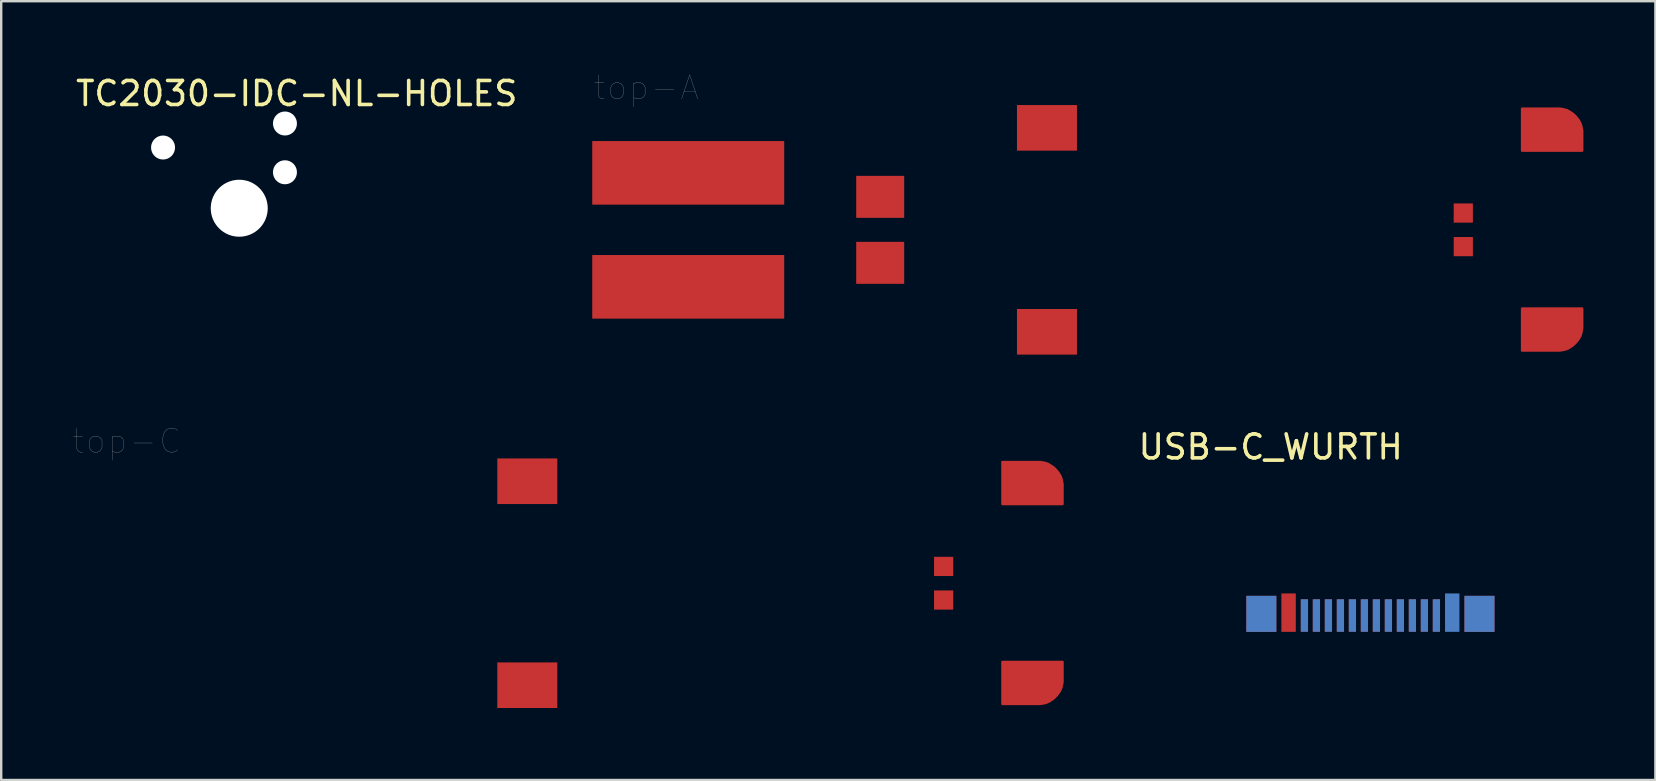
<source format=kicad_pcb>
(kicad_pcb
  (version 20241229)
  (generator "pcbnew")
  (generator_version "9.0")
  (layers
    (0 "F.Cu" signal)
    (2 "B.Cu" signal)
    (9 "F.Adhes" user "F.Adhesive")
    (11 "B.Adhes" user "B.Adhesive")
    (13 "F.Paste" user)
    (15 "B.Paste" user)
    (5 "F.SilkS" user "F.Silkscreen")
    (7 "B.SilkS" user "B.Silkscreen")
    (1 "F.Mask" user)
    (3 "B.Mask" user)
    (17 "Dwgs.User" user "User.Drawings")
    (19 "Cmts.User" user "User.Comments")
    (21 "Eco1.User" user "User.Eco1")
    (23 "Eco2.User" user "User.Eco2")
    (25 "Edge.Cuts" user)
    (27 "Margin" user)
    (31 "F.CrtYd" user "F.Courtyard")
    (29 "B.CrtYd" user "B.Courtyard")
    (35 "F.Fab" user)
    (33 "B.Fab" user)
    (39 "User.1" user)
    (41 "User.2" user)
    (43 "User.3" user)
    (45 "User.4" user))
  (footprint "TC2030-IDC-NL-HOLES"
    (layer "F.Cu")
    (at 5.015 3.748)
    (property "Reference" "TC2030-IDC-NL-HOLES" (at 4.3 -2.9 0) (layer "F.SilkS") (effects (font (size 1 1) (thickness 0.15))))
    (attr through_hole)
    (pad "" np_thru_hole circle (at -1.27 -0.65) (size 1 1) (drill 1) (layers "*.Cu" "*.Mask"))
    (pad "" np_thru_hole circle (at 1.905 1.88) (size 2.375 2.375) (drill 2.375) (layers "*.Cu" "*.Mask"))
    (pad "" np_thru_hole circle (at 3.81 -1.651) (size 1 1) (drill 1) (layers "*.Cu" "*.Mask"))
    (pad "" np_thru_hole circle (at 3.81 0.381) (size 1 1) (drill 1) (layers "*.Cu" "*.Mask")))
  (footprint "top-A"
    (layer "F.Cu")
    (at 30.931 6.653)
    (property "Reference" "top-A" (at -7.05 -6.05 0) (layer "F.Fab") (effects (font (size 1 1) (thickness 0.01))))
    (attr through_hole)
    (fp_poly (pts (xy 31.055 -5.17) (xy 31.125 -5.16) (xy 31.155 -5.155) (xy 31.235 -5.135) (xy 31.29 -5.12) (xy 31.32 -5.11) (xy 31.36 -5.09) (xy 31.415 -5.06) (xy 31.555 -4.97) (xy 31.625 -4.91) (xy 31.715 -4.815) (xy 31.77 -4.745) (xy 31.81 -4.69) (xy 31.855 -4.615) (xy 31.885 -4.55) (xy 31.915 -4.46) (xy 31.935 -4.36) (xy 31.955 -4.255) (xy 31.955 -3.425) (xy 29.45 -3.425) (xy 29.45 -5.175) (xy 31.005 -5.175)) (stroke (width 0.1) (type solid)) (fill yes) (layer "F.Cu"))
    (fp_poly (pts (xy 31.055 4.9) (xy 31.125 4.89) (xy 31.155 4.885) (xy 31.235 4.865) (xy 31.29 4.85) (xy 31.32 4.84) (xy 31.36 4.82) (xy 31.415 4.79) (xy 31.555 4.7) (xy 31.625 4.64) (xy 31.715 4.545) (xy 31.77 4.475) (xy 31.81 4.42) (xy 31.855 4.345) (xy 31.885 4.28) (xy 31.915 4.19) (xy 31.935 4.09) (xy 31.955 3.985) (xy 31.955 3.155) (xy 29.45 3.155) (xy 29.45 4.905) (xy 31.005 4.905)) (stroke (width 0.1) (type solid)) (fill yes) (layer "F.Cu"))
    (fp_poly (pts (xy 31.055 -5.17) (xy 31.125 -5.16) (xy 31.155 -5.155) (xy 31.235 -5.135) (xy 31.29 -5.12) (xy 31.32 -5.11) (xy 31.36 -5.09) (xy 31.415 -5.06) (xy 31.555 -4.97) (xy 31.625 -4.91) (xy 31.715 -4.815) (xy 31.77 -4.745) (xy 31.81 -4.69) (xy 31.855 -4.615) (xy 31.885 -4.55) (xy 31.915 -4.46) (xy 31.935 -4.36) (xy 31.955 -4.255) (xy 31.955 -3.425) (xy 29.45 -3.425) (xy 29.45 -5.175) (xy 31.005 -5.175)) (stroke (width 0.1) (type solid)) (fill yes) (layer "F.Mask"))
    (fp_poly (pts (xy 31.055 4.9) (xy 31.125 4.89) (xy 31.155 4.885) (xy 31.235 4.865) (xy 31.29 4.85) (xy 31.32 4.84) (xy 31.36 4.82) (xy 31.415 4.79) (xy 31.555 4.7) (xy 31.625 4.64) (xy 31.715 4.545) (xy 31.77 4.475) (xy 31.81 4.42) (xy 31.855 4.345) (xy 31.885 4.28) (xy 31.915 4.19) (xy 31.935 4.09) (xy 31.955 3.985) (xy 31.955 3.155) (xy 29.45 3.155) (xy 29.45 4.905) (xy 31.005 4.905)) (stroke (width 0.1) (type solid)) (fill yes) (layer "F.Mask"))
    (pad "1" smd rect (at -5.3 -2.5) (size 8 2.65) (layers "F.Cu" "F.Mask" "F.Paste"))
    (pad "2" smd rect (at -5.3 2.25) (size 8 2.65) (layers "F.Cu" "F.Mask" "F.Paste"))
    (pad "3" smd rect (at 2.7 -1.5) (size 2 1.75) (layers "F.Cu" "F.Mask" "F.Paste"))
    (pad "4" smd rect (at 2.7 1.25) (size 2 1.75) (layers "F.Cu" "F.Mask" "F.Paste"))
    (pad "5" smd rect (at 9.65 -4.375) (size 2.5 1.9) (layers "F.Cu" "F.Mask" "F.Paste"))
    (pad "6" smd rect (at 9.65 4.125) (size 2.5 1.9) (layers "F.Cu" "F.Mask" "F.Paste"))
    (pad "7" smd rect (at 27 -0.825) (size 0.8 0.8) (layers "F.Cu" "F.Mask" "F.Paste"))
    (pad "8" smd rect (at 27 0.575) (size 0.8 0.8) (layers "F.Cu" "F.Mask" "F.Paste"))
    (pad "9" smd custom (at 30.5 -4.3) (size 1 1) (layers "F.Cu" "F.Mask" "F.Paste") (options (anchor rect)) (primitives))
    (pad "9" smd rect (at 30.5 4.045) (size 1 1) (layers "F.Cu" "F.Mask" "F.Paste"))
    (pad "9" smd custom (at 31 3.895) (size 1 0.7) (layers "F.Cu" "F.Mask" "F.Paste") (options (anchor rect)) (primitives))
    (pad "9" smd custom (at 31.1 -4.15) (size 1 0.7) (layers "F.Cu" "F.Mask" "F.Paste") (options (anchor rect)) (primitives)))
  (footprint "USB-C_WURTH"
    (layer "F.Cu")
    (at 54.005 23.426)
    (property "Reference" "USB-C_WURTH" (at -4.1 -7.85 0) (layer "F.SilkS") (effects (font (size 1 1) (thickness 0.15))))
    (attr through_hole)
    (fp_line (start -4.195 -0.144) (end 4.305 -0.144) (stroke (width 0.1) (type solid)) (layer "Eco2.User"))
    (fp_line (start -4.195 0.036) (end 4.305 0.036) (stroke (width 0.1) (type solid)) (layer "Eco2.User"))
    (fp_line (start 0.055 -3) (end 0.055 2.7) (stroke (width 0.1) (type solid)) (layer "Eco2.User"))
    (fp_line (start 0.055 0.036) (end 0.055 -3.53) (stroke (width 0.1) (type solid)) (layer "Eco2.User"))
    (pad "A1" smd rect (at 2.805 -0.825) (size 0.3 1.35) (layers "F.Cu" "F.Mask" "F.Paste"))
    (pad "A2" smd rect (at 2.305 -0.825) (size 0.3 1.35) (layers "F.Cu" "F.Mask" "F.Paste"))
    (pad "A3" smd rect (at 1.805 -0.825) (size 0.3 1.35) (layers "F.Cu" "F.Mask" "F.Paste"))
    (pad "A4" smd rect (at 1.305 -0.825) (size 0.3 1.35) (layers "F.Cu" "F.Mask" "F.Paste"))
    (pad "A5" smd rect (at 0.805 -0.825) (size 0.3 1.35) (layers "F.Cu" "F.Mask" "F.Paste"))
    (pad "A6" smd rect (at 0.305 -0.825) (size 0.3 1.35) (layers "F.Cu" "F.Mask" "F.Paste"))
    (pad "A7" smd rect (at -0.195 -0.825) (size 0.3 1.35) (layers "F.Cu" "F.Mask" "F.Paste"))
    (pad "A8" smd rect (at -0.695 -0.825) (size 0.3 1.35) (layers "F.Cu" "F.Mask" "F.Paste"))
    (pad "A9" smd rect (at -1.195 -0.825) (size 0.3 1.35) (layers "F.Cu" "F.Mask" "F.Paste"))
    (pad "A10" smd rect (at -1.695 -0.825) (size 0.3 1.35) (layers "F.Cu" "F.Mask" "F.Paste"))
    (pad "A11" smd rect (at -2.195 -0.825) (size 0.3 1.35) (layers "F.Cu" "F.Mask" "F.Paste"))
    (pad "A12" smd rect (at -2.695 -0.825) (size 0.3 1.35) (layers "F.Cu" "F.Mask" "F.Paste"))
    (pad "B1" smd rect (at -2.695 -0.825 180) (size 0.3 1.35) (layers "B.Cu" "B.Mask" "B.Paste"))
    (pad "B2" smd rect (at -2.195 -0.825 180) (size 0.3 1.35) (layers "B.Cu" "B.Mask" "B.Paste"))
    (pad "B3" smd rect (at -1.695 -0.825 180) (size 0.3 1.35) (layers "B.Cu" "B.Mask" "B.Paste"))
    (pad "B4" smd rect (at -1.195 -0.825 180) (size 0.3 1.35) (layers "B.Cu" "B.Mask" "B.Paste"))
    (pad "B5" smd rect (at -0.695 -0.825 180) (size 0.3 1.35) (layers "B.Cu" "B.Mask" "B.Paste"))
    (pad "B6" smd rect (at -0.195 -0.825 180) (size 0.3 1.35) (layers "B.Cu" "B.Mask" "B.Paste"))
    (pad "B7" smd rect (at 0.305 -0.825 180) (size 0.3 1.35) (layers "B.Cu" "B.Mask" "B.Paste"))
    (pad "B8" smd rect (at 0.805 -0.825 180) (size 0.3 1.35) (layers "B.Cu" "B.Mask" "B.Paste"))
    (pad "B9" smd rect (at 1.305 -0.825 180) (size 0.3 1.35) (layers "B.Cu" "B.Mask" "B.Paste"))
    (pad "B10" smd rect (at 1.805 -0.825 180) (size 0.3 1.35) (layers "B.Cu" "B.Mask" "B.Paste"))
    (pad "B11" smd rect (at 2.305 -0.825 180) (size 0.3 1.35) (layers "B.Cu" "B.Mask" "B.Paste"))
    (pad "B12" smd rect (at 2.805 -0.825 180) (size 0.3 1.35) (layers "B.Cu" "B.Mask" "B.Paste"))
    (pad "NC" smd rect (at -4.49 -0.895) (size 1.25 1.5) (layers "F.Cu" "F.Mask" "F.Paste"))
    (pad "NC" smd rect (at -4.49 -0.895 180) (size 1.25 1.5) (layers "B.Cu" "B.Mask" "B.Paste"))
    (pad "NC" smd rect (at -3.355 -0.945) (size 0.6 1.6) (layers "F.Cu" "F.Mask" "F.Paste"))
    (pad "NC" smd rect (at 3.465 -0.945 180) (size 0.6 1.6) (layers "B.Cu" "B.Mask" "B.Paste"))
    (pad "NC" smd rect (at 4.6 -0.895) (size 1.25 1.5) (layers "F.Cu" "F.Mask" "F.Paste"))
    (pad "NC" smd rect (at 4.6 -0.895 180) (size 1.25 1.5) (layers "B.Cu" "B.Mask" "B.Paste")))
  (footprint "top-C"
    (layer "F.Cu")
    (at 9.275 21.38)
    (property "Reference" "top-C" (at -7.05 -6.05 0) (layer "F.Fab") (effects (font (size 1 1) (thickness 0.01))))
    (attr through_hole)
    (fp_poly (pts (xy 31.055 -5.17) (xy 31.125 -5.16) (xy 31.155 -5.155) (xy 31.235 -5.135) (xy 31.29 -5.12) (xy 31.32 -5.11) (xy 31.36 -5.09) (xy 31.415 -5.06) (xy 31.555 -4.97) (xy 31.625 -4.91) (xy 31.715 -4.815) (xy 31.77 -4.745) (xy 31.81 -4.69) (xy 31.855 -4.615) (xy 31.885 -4.55) (xy 31.915 -4.46) (xy 31.935 -4.36) (xy 31.955 -4.255) (xy 31.955 -3.425) (xy 29.45 -3.425) (xy 29.45 -5.175) (xy 31.005 -5.175)) (stroke (width 0.1) (type solid)) (fill yes) (layer "F.Cu"))
    (fp_poly (pts (xy 31.055 4.9) (xy 31.125 4.89) (xy 31.155 4.885) (xy 31.235 4.865) (xy 31.29 4.85) (xy 31.32 4.84) (xy 31.36 4.82) (xy 31.415 4.79) (xy 31.555 4.7) (xy 31.625 4.64) (xy 31.715 4.545) (xy 31.77 4.475) (xy 31.81 4.42) (xy 31.855 4.345) (xy 31.885 4.28) (xy 31.915 4.19) (xy 31.935 4.09) (xy 31.955 3.985) (xy 31.955 3.155) (xy 29.45 3.155) (xy 29.45 4.905) (xy 31.005 4.905)) (stroke (width 0.1) (type solid)) (fill yes) (layer "F.Cu"))
    (fp_poly (pts (xy 31.055 -5.17) (xy 31.125 -5.16) (xy 31.155 -5.155) (xy 31.235 -5.135) (xy 31.29 -5.12) (xy 31.32 -5.11) (xy 31.36 -5.09) (xy 31.415 -5.06) (xy 31.555 -4.97) (xy 31.625 -4.91) (xy 31.715 -4.815) (xy 31.77 -4.745) (xy 31.81 -4.69) (xy 31.855 -4.615) (xy 31.885 -4.55) (xy 31.915 -4.46) (xy 31.935 -4.36) (xy 31.955 -4.255) (xy 31.955 -3.425) (xy 29.45 -3.425) (xy 29.45 -5.175) (xy 31.005 -5.175)) (stroke (width 0.1) (type solid)) (fill yes) (layer "F.Mask"))
    (fp_poly (pts (xy 31.055 4.9) (xy 31.125 4.89) (xy 31.155 4.885) (xy 31.235 4.865) (xy 31.29 4.85) (xy 31.32 4.84) (xy 31.36 4.82) (xy 31.415 4.79) (xy 31.555 4.7) (xy 31.625 4.64) (xy 31.715 4.545) (xy 31.77 4.475) (xy 31.81 4.42) (xy 31.855 4.345) (xy 31.885 4.28) (xy 31.915 4.19) (xy 31.935 4.09) (xy 31.955 3.985) (xy 31.955 3.155) (xy 29.45 3.155) (xy 29.45 4.905) (xy 31.005 4.905)) (stroke (width 0.1) (type solid)) (fill yes) (layer "F.Mask"))
    (pad "5" smd rect (at 9.65 -4.375) (size 2.5 1.9) (layers "F.Cu" "F.Mask" "F.Paste"))
    (pad "6" smd rect (at 9.65 4.125) (size 2.5 1.9) (layers "F.Cu" "F.Mask" "F.Paste"))
    (pad "7" smd rect (at 27 -0.825) (size 0.8 0.8) (layers "F.Cu" "F.Mask" "F.Paste"))
    (pad "8" smd rect (at 27 0.575) (size 0.8 0.8) (layers "F.Cu" "F.Mask" "F.Paste"))
    (pad "9" smd custom (at 30.5 -4.3) (size 1 1) (layers "F.Cu" "F.Mask" "F.Paste") (options (anchor rect)) (primitives))
    (pad "9" smd rect (at 30.5 4.045) (size 1 1) (layers "F.Cu" "F.Mask" "F.Paste"))
    (pad "9" smd custom (at 31 3.895) (size 1 0.7) (layers "F.Cu" "F.Mask" "F.Paste") (options (anchor rect)) (primitives))
    (pad "9" smd custom (at 31.1 -4.15) (size 1 0.7) (layers "F.Cu" "F.Mask" "F.Paste") (options (anchor rect)) (primitives)))
  (gr_rect
    (start -3 -3)
    (end 65.936 29.455)
    (stroke (width 0.1) (type default))
    (fill no)
    (layer "Edge.Cuts")))
</source>
